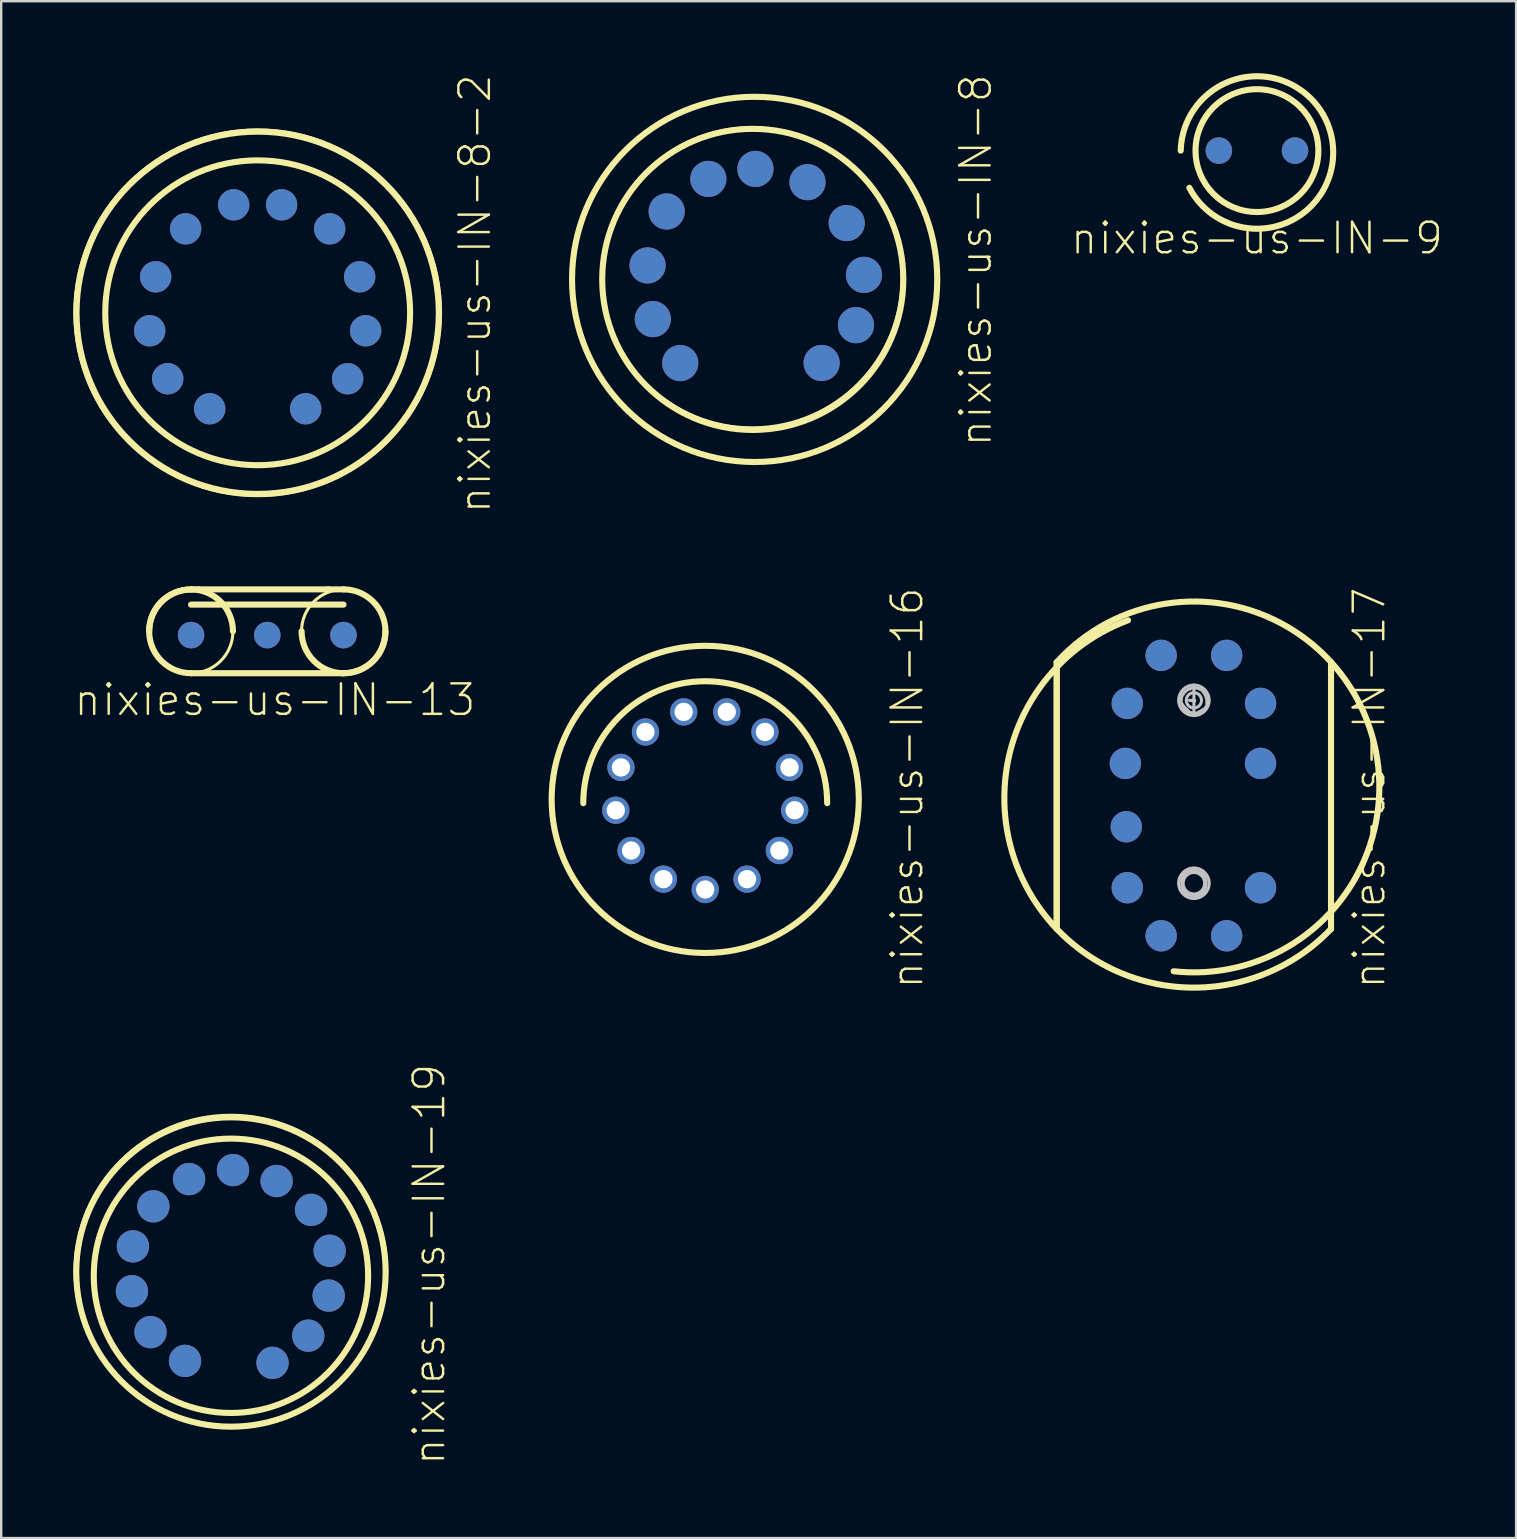
<source format=kicad_pcb>
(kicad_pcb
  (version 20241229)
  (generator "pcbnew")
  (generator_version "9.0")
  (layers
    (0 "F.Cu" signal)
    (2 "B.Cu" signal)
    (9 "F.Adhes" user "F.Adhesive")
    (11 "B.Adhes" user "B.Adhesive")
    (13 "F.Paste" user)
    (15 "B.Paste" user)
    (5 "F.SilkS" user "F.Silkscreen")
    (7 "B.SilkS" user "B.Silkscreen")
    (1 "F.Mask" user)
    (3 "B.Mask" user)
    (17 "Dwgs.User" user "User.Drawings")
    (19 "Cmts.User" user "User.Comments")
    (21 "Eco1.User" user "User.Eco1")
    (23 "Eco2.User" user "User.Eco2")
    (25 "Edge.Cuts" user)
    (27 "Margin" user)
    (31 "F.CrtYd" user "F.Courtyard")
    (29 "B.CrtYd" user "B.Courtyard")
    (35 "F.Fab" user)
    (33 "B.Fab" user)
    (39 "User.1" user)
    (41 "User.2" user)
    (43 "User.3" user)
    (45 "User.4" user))
  (footprint "nixies-us-IN-13"
    (layer "F.Cu")
    (at 4.909 23.407)
    (property "Reference" "nixies-us-IN-13" (at 3.493 2.697 0) (layer "F.SilkS") (effects (font (size 1.27 1.27) (thickness 0.102))))
    (attr exclude_from_pos_files exclude_from_bom)
    (fp_line (start 0 -1.27) (end 6.35 -1.27) (stroke (width 0.254) (type solid)) (layer "F.SilkS"))
    (fp_line (start 0 1.587) (end 6.35 1.587) (stroke (width 0.254) (type solid)) (layer "F.SilkS"))
    (fp_line (start 0.318 -1.905) (end 0 -1.905) (stroke (width 0.127) (type solid)) (layer "F.SilkS"))
    (fp_line (start 0.318 -1.905) (end 0 -1.905) (stroke (width 0.254) (type solid)) (layer "F.SilkS"))
    (fp_line (start 5.715 -1.905) (end 0.318 -1.905) (stroke (width 0.254) (type solid)) (layer "F.SilkS"))
    (fp_line (start 6.35 -1.905) (end 5.715 -1.905) (stroke (width 0.127) (type solid)) (layer "F.SilkS"))
    (fp_line (start 6.35 -1.905) (end 5.715 -1.905) (stroke (width 0.254) (type solid)) (layer "F.SilkS"))
    (fp_arc (start -1.74498 -0.15748) (mid 0 -1.90246) (end 1.74498 -0.15748) (stroke (width 0.254) (type solid)) (layer "F.SilkS"))
    (fp_arc (start 0 1.5875) (mid -1.74498 -0.15748) (end 0 -1.90246) (stroke (width 0.254) (type solid)) (layer "F.SilkS"))
    (fp_arc (start 0 1.5875) (mid 0 -1.90246) (end 0 1.5875) (stroke (width 0.127) (type solid)) (layer "F.SilkS"))
    (fp_arc (start 6.35 -1.905) (mid 6.35 1.59004) (end 6.35 -1.905) (stroke (width 0.127) (type solid)) (layer "F.SilkS"))
    (fp_arc (start 6.35 -1.905) (mid 8.09752 -0.15748) (end 6.35 1.59004) (stroke (width 0.254) (type solid)) (layer "F.SilkS"))
    (fp_arc (start 8.09498 -0.15748) (mid 6.35 1.5875) (end 4.60502 -0.15748) (stroke (width 0.254) (type solid)) (layer "F.SilkS"))
    (pad "A" thru_hole circle (at 0 0) (size 1.107 1.107) (drill 0.000001) (layers "*.Cu" "*.Mask"))
    (pad "K" thru_hole circle (at 3.175 0) (size 1.107 1.107) (drill 0.000001) (layers "*.Cu" "*.Mask"))
    (pad "K2" thru_hole circle (at 6.35 0) (size 1.107 1.107) (drill 0.000001) (layers "*.Cu" "*.Mask")))
  (footprint "nixies-us-IN-9"
    (layer "F.Cu")
    (at 49.312 3.224)
    (property "Reference" "nixies-us-IN-9" (at 0 3.65 0) (layer "F.SilkS") (effects (font (size 1.27 1.27) (thickness 0.102))))
    (attr exclude_from_pos_files exclude_from_bom)
    (fp_arc (start -3.175 0) (mid 3.093584 -0.639985) (end -2.815091 1.549143) (stroke (width 0.254) (type solid)) (layer "F.SilkS"))
    (fp_circle (center 0 0) (end 0 -2.558) (stroke (width 0.254) (type solid)) (fill no) (layer "F.SilkS"))
    (pad "A" thru_hole circle (at -1.587 0) (size 1.107 1.107) (drill 0.000001) (layers "*.Cu" "*.Mask"))
    (pad "K" thru_hole circle (at 1.585 0) (size 1.107 1.107) (drill 0.000001) (layers "*.Cu" "*.Mask")))
  (footprint "nixies-us-IN-16"
    (layer "F.Cu")
    (at 26.328 30.251)
    (property "Reference" "nixies-us-IN-16" (at 8.412 -0.475 90) (layer "F.SilkS") (effects (font (size 1.27 1.27) (thickness 0.102))))
    (attr exclude_from_pos_files exclude_from_bom)
    (fp_arc (start -5.08 0.15748) (mid 0 -4.92252) (end 5.08 0.15748) (stroke (width 0.254) (type solid)) (layer "F.SilkS"))
    (fp_circle (center 0 0) (end 0 -6.398) (stroke (width 0.254) (type solid)) (fill no) (layer "F.SilkS"))
    (pad "0" thru_hole circle (at -1.742 3.322) (size 1.138 1.138) (drill 0.762) (layers "*.Cu" "*.Mask"))
    (pad "1" thru_hole circle (at 1.742 3.322) (size 1.138 1.138) (drill 0.762) (layers "*.Cu" "*.Mask"))
    (pad "2" thru_hole circle (at -2.489 -2.809) (size 1.138 1.138) (drill 0.762) (layers "*.Cu" "*.Mask"))
    (pad "3" thru_hole circle (at 3.726 0.452) (size 1.138 1.138) (drill 0.762) (layers "*.Cu" "*.Mask"))
    (pad "4" thru_hole circle (at 2.489 -2.809) (size 1.138 1.138) (drill 0.762) (layers "*.Cu" "*.Mask"))
    (pad "5" thru_hole circle (at 0.897 -3.645) (size 1.138 1.138) (drill 0.762) (layers "*.Cu" "*.Mask"))
    (pad "6" thru_hole circle (at -0.897 -3.645) (size 1.138 1.138) (drill 0.762) (layers "*.Cu" "*.Mask"))
    (pad "7" thru_hole circle (at 3.089 2.131) (size 1.138 1.138) (drill 0.762) (layers "*.Cu" "*.Mask"))
    (pad "8" thru_hole circle (at -3.726 0.452) (size 1.138 1.138) (drill 0.762) (layers "*.Cu" "*.Mask"))
    (pad "9" thru_hole circle (at -3.089 2.131) (size 1.138 1.138) (drill 0.762) (layers "*.Cu" "*.Mask"))
    (pad "A" thru_hole circle (at 0 3.754) (size 1.138 1.138) (drill 0.762) (layers "*.Cu" "*.Mask"))
    (pad "LHDP" thru_hole circle (at -3.51 -1.331) (size 1.138 1.138) (drill 0.762) (layers "*.Cu" "*.Mask"))
    (pad "RHDP" thru_hole circle (at 3.51 -1.331) (size 1.138 1.138) (drill 0.762) (layers "*.Cu" "*.Mask")))
  (footprint "nixies-us-IN-8"
    (layer "F.Cu")
    (at 28.387 8.589)
    (property "Reference" "nixies-us-IN-8" (at 9.207 -0.792 90) (layer "F.SilkS") (effects (font (size 1.27 1.27) (thickness 0.102))))
    (attr exclude_from_pos_files exclude_from_bom)
    (fp_arc (start -6.35762 -0.08636) (mid 6.144177 -0.10535) (end -6.356978 0.022737) (stroke (width 0.127) (type solid)) (layer "F.SilkS"))
    (fp_arc (start -6.35 0) (mid 6.19252 0) (end -6.35 0) (stroke (width 0.254) (type solid)) (layer "F.SilkS"))
    (fp_circle (center 0 0) (end 0 -7.62) (stroke (width 0.127) (type solid)) (fill no) (layer "F.SilkS"))
    (fp_circle (center 0 0) (end 0 -7.607) (stroke (width 0.254) (type solid)) (fill no) (layer "F.SilkS"))
    (pad "0" thru_hole circle (at -4.242 1.654) (size 1.506 1.506) (drill 0.000001) (layers "*.Cu" "*.Mask"))
    (pad "1" thru_hole circle (at 2.791 3.482) (size 1.506 1.506) (drill 0.000001) (layers "*.Cu" "*.Mask"))
    (pad "2" thru_hole circle (at 4.221 1.905) (size 1.506 1.506) (drill 0.000001) (layers "*.Cu" "*.Mask"))
    (pad "3" thru_hole circle (at 4.554 -0.188) (size 1.506 1.506) (drill 0.000001) (layers "*.Cu" "*.Mask"))
    (pad "4" thru_hole circle (at 3.835 -2.347) (size 1.506 1.506) (drill 0.000001) (layers "*.Cu" "*.Mask"))
    (pad "5" thru_hole circle (at 2.202 -4.051) (size 1.506 1.506) (drill 0.000001) (layers "*.Cu" "*.Mask"))
    (pad "6" thru_hole circle (at 0.033 -4.602) (size 1.506 1.506) (drill 0.000001) (layers "*.Cu" "*.Mask"))
    (pad "7" thru_hole circle (at -1.928 -4.186) (size 1.506 1.506) (drill 0.000001) (layers "*.Cu" "*.Mask"))
    (pad "8" thru_hole circle (at -3.665 -2.83) (size 1.506 1.506) (drill 0.000001) (layers "*.Cu" "*.Mask"))
    (pad "9" thru_hole circle (at -4.46 -0.582) (size 1.506 1.506) (drill 0.000001) (layers "*.Cu" "*.Mask"))
    (pad "A" thru_hole circle (at -3.099 3.487) (size 1.506 1.506) (drill 0.000001) (layers "*.Cu" "*.Mask")))
  (footprint "nixies-us-IN-19"
    (layer "F.Cu")
    (at 6.571 49.939)
    (property "Reference" "nixies-us-IN-19" (at 8.255 -0.318 90) (layer "F.SilkS") (effects (font (size 1.27 1.27) (thickness 0.102))))
    (attr exclude_from_pos_files exclude_from_bom)
    (fp_arc (start 5.715 0.15748) (mid -5.715 0.15748) (end 5.715 0.15748) (stroke (width 0.15748) (type solid)) (layer "F.SilkS"))
    (fp_arc (start 5.715 0.15748) (mid -5.715 0.15748) (end 5.715 0.15748) (stroke (width 0.254) (type solid)) (layer "F.SilkS"))
    (fp_circle (center -0.005 -0.041) (end -0.005 -6.515) (stroke (width 0.157) (type solid)) (fill no) (layer "F.SilkS"))
    (fp_circle (center 0 0) (end 0 -6.444) (stroke (width 0.254) (type solid)) (fill no) (layer "F.SilkS"))
    (pad "2" thru_hole circle (at 1.732 3.785) (size 1.346 1.346) (drill 0.000001) (layers "*.Cu" "*.Mask"))
    (pad "3" thru_hole circle (at 3.221 2.652) (size 1.346 1.346) (drill 0.000001) (layers "*.Cu" "*.Mask"))
    (pad "4" thru_hole circle (at 4.072 0.983) (size 1.346 1.346) (drill 0.000001) (layers "*.Cu" "*.Mask"))
    (pad "5" thru_hole circle (at 4.112 -0.884) (size 1.346 1.346) (drill 0.000001) (layers "*.Cu" "*.Mask"))
    (pad "6" thru_hole circle (at 3.338 -2.588) (size 1.346 1.346) (drill 0.000001) (layers "*.Cu" "*.Mask"))
    (pad "7" thru_hole circle (at 1.902 -3.79) (size 1.346 1.346) (drill 0.000001) (layers "*.Cu" "*.Mask"))
    (pad "8" thru_hole circle (at 0.086 -4.247) (size 1.346 1.346) (drill 0.000001) (layers "*.Cu" "*.Mask"))
    (pad "9" thru_hole circle (at -1.745 -3.871) (size 1.346 1.346) (drill 0.000001) (layers "*.Cu" "*.Mask"))
    (pad "10" thru_hole circle (at -3.233 -2.736) (size 1.346 1.346) (drill 0.000001) (layers "*.Cu" "*.Mask"))
    (pad "11" thru_hole circle (at -4.082 -1.069) (size 1.346 1.346) (drill 0.000001) (layers "*.Cu" "*.Mask"))
    (pad "12" thru_hole circle (at -4.125 0.8) (size 1.346 1.346) (drill 0.000001) (layers "*.Cu" "*.Mask"))
    (pad "13" thru_hole circle (at -3.35 2.504) (size 1.346 1.346) (drill 0.000001) (layers "*.Cu" "*.Mask"))
    (pad "14" thru_hole circle (at -1.913 3.703) (size 1.346 1.346) (drill 0.000001) (layers "*.Cu" "*.Mask")))
  (footprint "nixies-us-IN-17"
    (layer "F.Cu")
    (at 46.686 30.251)
    (property "Reference" "nixies-us-IN-17" (at 7.303 -0.475 90) (layer "F.SilkS") (effects (font (size 1.27 1.27) (thickness 0.102))))
    (attr exclude_from_pos_files exclude_from_bom)
    (fp_line (start -5.715 -5.715) (end -5.715 5.397) (stroke (width 0.254) (type solid)) (layer "F.SilkS"))
    (fp_line (start -5.715 5.397) (end -5.715 -5.715) (stroke (width 0.254) (type solid)) (layer "F.SilkS"))
    (fp_line (start 5.712 5.397) (end 5.712 -5.715) (stroke (width 0.254) (type solid)) (layer "F.SilkS"))
    (fp_arc (start -5.715 -5.715) (mid 7.224974 -3.250946) (end -0.845139 7.159998) (stroke (width 0.254) (type solid)) (layer "F.SilkS"))
    (fp_arc (start 5.71246 5.3975) (mid -6.598634 4.283427) (end -2.743721 -7.461523) (stroke (width 0.254) (type solid)) (layer "F.SilkS"))
    (fp_line (start 0 -4.763) (end 0 -3.493) (stroke (width 0.127) (type solid)) (layer "Dwgs.User"))
    (fp_circle (center 0 -4.128) (end 0 -4.763) (stroke (width 0.127) (type solid)) (fill no) (layer "Dwgs.User"))
    (fp_circle (center 0 -4.128) (end 0 -4.445) (stroke (width 0.127) (type solid)) (fill no) (layer "Dwgs.User"))
    (fp_circle (center 0 3.493) (end 0 2.857) (stroke (width 0.127) (type solid)) (fill no) (layer "Dwgs.User"))
    (fp_circle (center 0 3.493) (end 0 3.045) (stroke (width 0.127) (type solid)) (fill no) (layer "Dwgs.User"))
    (fp_poly (pts (xy -0.191 -4.128) (xy 0.03 -4.128) (xy 0.03 -4.094) (xy -0.191 -4.128)) (stroke (width 0.127) (type solid)) (fill no) (layer "Dwgs.User"))
    (fp_poly (pts (xy -0.411 3.84) (xy -0.508 3.683) (xy -0.508 3.429) (xy -0.445 3.205) (xy -0.538 3.365) (xy -0.318 3.015) (xy 0 2.951) (xy 0.315 3.048) (xy 0.442 3.205) (xy 0.505 3.396) (xy 0.505 3.586) (xy 0.442 3.81) (xy 0.348 3.904) (xy 0.188 4) (xy 0.03 4.031) (xy -0.127 4) (xy -0.318 3.937) (xy -0.381 3.873) (xy -0.318 3.429) (xy -0.254 3.269) (xy -0.191 3.175) (xy 0 3.142) (xy 0.157 3.175) (xy 0.315 3.269) (xy 0.378 3.429) (xy 0.348 3.65) (xy 0.188 3.81) (xy 0.03 3.873) (xy -0.094 3.84) (xy -0.221 3.713) (xy -0.254 3.747) (xy -0.254 3.586) (xy -0.191 3.429) (xy -0.127 3.269) (xy -0.064 3.239) (xy 0.124 3.239) (xy 0.221 3.302) (xy 0.284 3.429) (xy 0.284 3.586) (xy 0.157 3.713) (xy 0.03 3.81) (xy -0.127 3.747) (xy -0.191 3.683) (xy -0.221 3.65) (xy -0.127 3.429) (xy -0.03 3.332) (xy 0.124 3.332) (xy 0.221 3.429) (xy 0.188 3.586) (xy 0.061 3.683) (xy -0.127 3.713) (xy -0.127 3.523) (xy 0.094 3.429) (xy 0.094 3.586) (xy 0.03 3.586) (xy 0 3.429) (xy -0.094 3.65) (xy -0.064 3.617) (xy -0.411 3.84)) (stroke (width 0.127) (type solid)) (fill no) (layer "Dwgs.User"))
    (fp_poly (pts (xy -0.318 -4.445) (xy -0.127 -4.636) (xy 0.157 -4.636) (xy 0.348 -4.539) (xy 0.475 -4.348) (xy 0.538 -4.158) (xy 0.538 -3.904) (xy 0.442 -3.777) (xy 0.284 -3.683) (xy 0.094 -3.586) (xy -0.157 -3.617) (xy -0.318 -3.777) (xy -0.254 -3.65) (xy -0.445 -3.904) (xy -0.381 -3.747) (xy -0.538 -4.064) (xy -0.508 -4.285) (xy -0.381 -4.475) (xy -0.221 -4.602) (xy 0.061 -4.539) (xy 0.188 -4.508) (xy 0.378 -4.255) (xy 0.442 -4.094) (xy 0.378 -3.84) (xy 0.094 -3.683) (xy -0.191 -3.747) (xy -0.381 -3.873) (xy -0.508 -4.094) (xy -0.284 -4.445) (xy -0.094 -4.475) (xy 0.188 -4.445) (xy 0.315 -4.475) (xy 0.378 -4.318) (xy 0.411 -3.937) (xy 0.315 -3.873) (xy 0.124 -3.777) (xy -0.254 -3.937) (xy -0.381 -4.031) (xy -0.348 -4.191) (xy -0.127 -4.318) (xy 0.03 -4.285) (xy 0.221 -4.064) (xy 0.124 -3.937) (xy -0.127 -3.967) (xy -0.221 -4.221) (xy 0 -4.285) (xy 0.124 -4.285) (xy 0.188 -4.128) (xy 0.061 -4) (xy -0.064 -4.031) (xy -0.221 -4.064) (xy -0.157 -4.128) (xy -0.094 -4.158) (xy 0 -4.221) (xy 0.061 -4.318) (xy 0.124 -4.255) (xy 0.221 -4.128) (xy 0.061 -4.064) (xy -0.157 -4) (xy 0.061 -4.128) (xy 0.188 -4.255) (xy -0.064 -4.128) (xy -0.191 -4.128) (xy -0.318 -4.445)) (stroke (width 0.127) (type solid)) (fill no) (layer "Dwgs.User"))
    (pad "0" thru_hole circle (at 2.776 -3.998) (size 1.306 1.306) (drill 0.000001) (layers "*.Cu" "*.Mask"))
    (pad "1" thru_hole circle (at 1.364 -5.999) (size 1.306 1.306) (drill 0.000001) (layers "*.Cu" "*.Mask"))
    (pad "2" thru_hole circle (at -1.364 -5.999) (size 1.306 1.306) (drill 0.000001) (layers "*.Cu" "*.Mask"))
    (pad "3" thru_hole circle (at -2.776 -3.998) (size 1.306 1.306) (drill 0.000001) (layers "*.Cu" "*.Mask"))
    (pad "4" thru_hole circle (at -2.857 -1.499) (size 1.306 1.306) (drill 0.000001) (layers "*.Cu" "*.Mask"))
    (pad "5" thru_hole circle (at -2.817 1.14) (size 1.306 1.306) (drill 0.000001) (layers "*.Cu" "*.Mask"))
    (pad "6" thru_hole circle (at -2.776 3.68) (size 1.306 1.306) (drill 0.000001) (layers "*.Cu" "*.Mask"))
    (pad "7" thru_hole circle (at -1.364 5.682) (size 1.306 1.306) (drill 0.000001) (layers "*.Cu" "*.Mask"))
    (pad "8" thru_hole circle (at 1.364 5.682) (size 1.306 1.306) (drill 0.000001) (layers "*.Cu" "*.Mask"))
    (pad "9" thru_hole circle (at 2.776 3.68) (size 1.306 1.306) (drill 0.000001) (layers "*.Cu" "*.Mask"))
    (pad "A" thru_hole circle (at 2.776 -1.499) (size 1.306 1.306) (drill 0.000001) (layers "*.Cu" "*.Mask")))
  (footprint "nixies-us-IN-8-2"
    (layer "F.Cu")
    (at 7.684 9.98)
    (property "Reference" "nixies-us-IN-8-2" (at 9.047 -0.792 90) (layer "F.SilkS") (effects (font (size 1.27 1.27) (thickness 0.102))))
    (attr exclude_from_pos_files exclude_from_bom)
    (fp_arc (start -6.35 0) (mid 6.35 0) (end -6.35 0) (stroke (width 0.127) (type solid)) (layer "F.SilkS"))
    (fp_arc (start -6.35 0) (mid 6.35 0) (end -6.35 0) (stroke (width 0.254) (type solid)) (layer "F.SilkS"))
    (fp_circle (center 0 0) (end 0 -7.62) (stroke (width 0.127) (type solid)) (fill no) (layer "F.SilkS"))
    (fp_circle (center 0 0) (end 0 -7.546) (stroke (width 0.254) (type solid)) (fill no) (layer "F.SilkS"))
    (pad "." thru_hole circle (at -3 -3.498) (size 1.306 1.306) (drill 0.000001) (layers "*.Cu" "*.Mask"))
    (pad "0" thru_hole circle (at -3.749 2.748) (size 1.306 1.306) (drill 0.000001) (layers "*.Cu" "*.Mask"))
    (pad "1" thru_hole circle (at 1.999 3.998) (size 1.306 1.306) (drill 0.000001) (layers "*.Cu" "*.Mask"))
    (pad "2" thru_hole circle (at 3.749 2.748) (size 1.306 1.306) (drill 0.000001) (layers "*.Cu" "*.Mask"))
    (pad "3" thru_hole circle (at 4.498 0.749) (size 1.306 1.306) (drill 0.000001) (layers "*.Cu" "*.Mask"))
    (pad "4" thru_hole circle (at 4.249 -1.499) (size 1.306 1.306) (drill 0.000001) (layers "*.Cu" "*.Mask"))
    (pad "5" thru_hole circle (at 3 -3.498) (size 1.306 1.306) (drill 0.000001) (layers "*.Cu" "*.Mask"))
    (pad "6" thru_hole circle (at 0.998 -4.498) (size 1.306 1.306) (drill 0.000001) (layers "*.Cu" "*.Mask"))
    (pad "7" thru_hole circle (at -0.998 -4.498) (size 1.306 1.306) (drill 0.000001) (layers "*.Cu" "*.Mask"))
    (pad "8" thru_hole circle (at -4.249 -1.499) (size 1.306 1.306) (drill 0.000001) (layers "*.Cu" "*.Mask"))
    (pad "9" thru_hole circle (at -4.498 0.749) (size 1.306 1.306) (drill 0.000001) (layers "*.Cu" "*.Mask"))
    (pad "A" thru_hole circle (at -1.999 3.998) (size 1.306 1.306) (drill 0.000001) (layers "*.Cu" "*.Mask")))
  (gr_rect
    (start -3 -3)
    (end 60.108 61.023)
    (stroke (width 0.1) (type default))
    (fill no)
    (layer "Edge.Cuts")))
</source>
